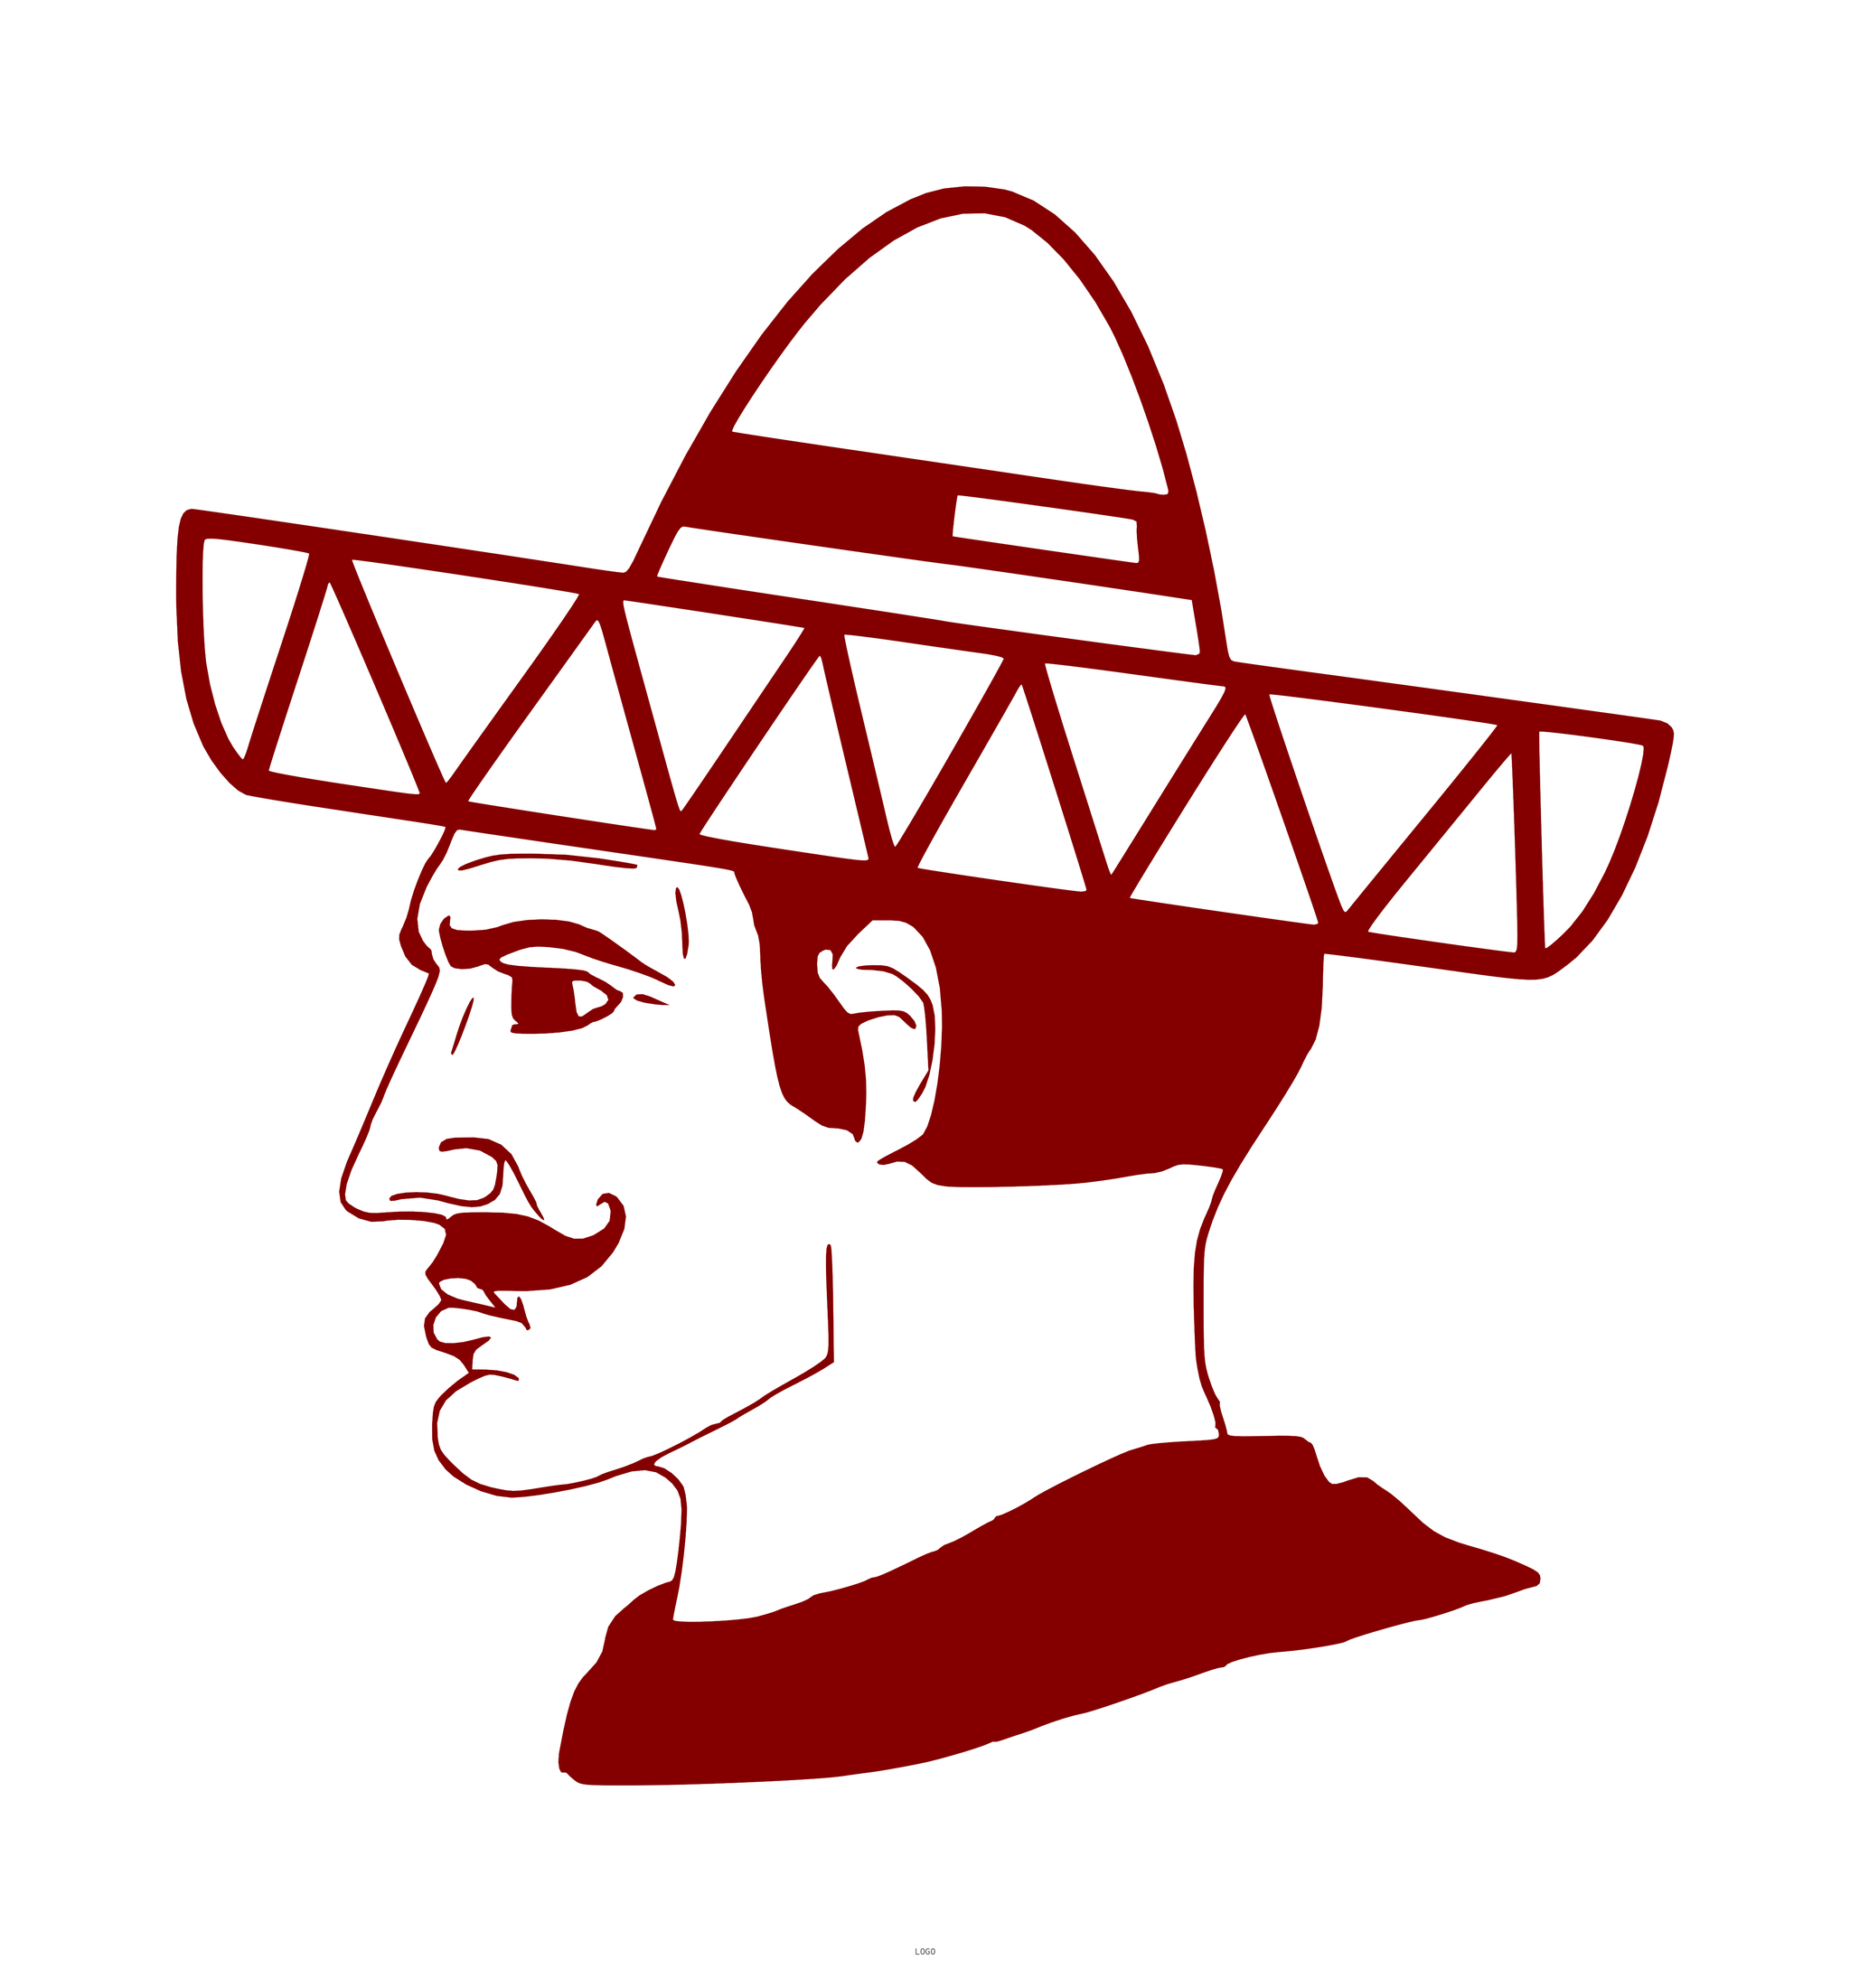
<source format=kicad_sym>
(kicad_symbol_lib
  (version 20210619)
  (generator bitmap2component)
  (symbol "LOGO"
    (pin_names
      (offset 1.016))
    (property "Reference" "#G"
      (at 0 127.08 0)
      (effects (font (size 1.27 1.27)) hide))
    (symbol "LOGO_0_0"
      (polyline (pts (xy -44.938 -119.463) (xy -42.324 -119.439) (xy -39.231 -119.38) (xy -35.912 -119.292) (xy -32.471 -119.179) (xy -29.014 -119.046) (xy -25.644 -118.896) (xy -22.467 -118.736) (xy -19.587 -118.57) (xy -17.108 -118.401) (xy -15.135 -118.236) (xy -13.773 -118.078) (xy -12.436 -117.884) (xy -10.893 -117.67) (xy -9.694 -117.515) (xy -9.54 -117.496) (xy -8.107 -117.285) (xy -6.269 -116.976) (xy -4.283 -116.617) (xy -2.406 -116.252) (xy -0.894 -115.93) (xy -0.68 -115.88) (xy 1.031 -115.449) (xy 2.899 -114.935) (xy 4.754 -114.389) (xy 6.425 -113.863) (xy 7.742 -113.408) (xy 8.535 -113.075) (xy 9.037 -112.853) (xy 9.301 -112.854) (xy 9.337 -112.884) (xy 9.805 -112.82) (xy 10.643 -112.56) (xy 10.766 -112.516) (xy 12.092 -112.059) (xy 13.415 -111.627) (xy 13.601 -111.568) (xy 14.845 -111.134) (xy 15.92 -110.711) (xy 16.323 -110.542) (xy 17.905 -109.951) (xy 19.678 -109.369) (xy 21.357 -108.885) (xy 22.659 -108.588) (xy 23.157 -108.471) (xy 24.341 -108.125) (xy 25.922 -107.618) (xy 27.741 -107.007) (xy 29.637 -106.347) (xy 31.449 -105.692) (xy 33.017 -105.099) (xy 34.18 -104.622) (xy 34.291 -104.574) (xy 35.445 -104.156) (xy 36.684 -103.802) (xy 37.721 -103.509) (xy 39.137 -103.05) (xy 40.603 -102.531) (xy 40.731 -102.484) (xy 42.028 -102.037) (xy 43.102 -101.72) (xy 43.733 -101.6) (xy 44.064 -101.558) (xy 44.361 -101.324) (xy 44.505 -101.146) (xy 45.212 -100.81) (xy 46.369 -100.431) (xy 47.823 -100.05) (xy 49.418 -99.706) (xy 50.998 -99.438) (xy 52.41 -99.284) (xy 52.87 -99.251) (xy 54.474 -99.093) (xy 56.254 -98.872) (xy 58.061 -98.611) (xy 59.747 -98.333) (xy 61.165 -98.062) (xy 62.167 -97.824) (xy 62.606 -97.64) (xy 62.612 -97.632) (xy 63.062 -97.415) (xy 64.049 -97.065) (xy 65.427 -96.624) (xy 67.048 -96.135) (xy 68.767 -95.64) (xy 70.436 -95.181) (xy 71.908 -94.8) (xy 73.037 -94.541) (xy 73.676 -94.445) (xy 73.796 -94.436) (xy 74.577 -94.267) (xy 75.765 -93.94) (xy 77.152 -93.517) (xy 78.53 -93.065) (xy 79.693 -92.648) (xy 80.432 -92.331) (xy 80.809 -92.176) (xy 81.82 -91.883) (xy 83.04 -91.621) (xy 84.073 -91.426) (xy 86.561 -90.831) (xy 88.542 -90.14) (xy 89.486 -89.789) (xy 90.331 -89.557) (xy 90.398 -89.545) (xy 91.376 -89.285) (xy 91.83 -88.88) (xy 91.941 -88.173) (xy 91.876 -87.704) (xy 91.559 -87.252) (xy 90.85 -86.787) (xy 89.609 -86.188) (xy 88.13 -85.538) (xy 86.697 -84.967) (xy 85.161 -84.426) (xy 83.325 -83.846) (xy 80.992 -83.158) (xy 79.566 -82.72) (xy 77.525 -81.936) (xy 75.805 -80.992) (xy 74.164 -79.745) (xy 72.359 -78.05) (xy 71.874 -77.576) (xy 70.604 -76.416) (xy 69.414 -75.429) (xy 68.508 -74.788) (xy 68.114 -74.546) (xy 67.217 -73.926) (xy 66.668 -73.445) (xy 66.649 -73.422) (xy 65.73 -72.876) (xy 64.407 -72.849) (xy 62.767 -73.345) (xy 62.154 -73.579) (xy 61.108 -73.846) (xy 60.404 -73.857) (xy 59.941 -73.549) (xy 59.243 -72.593) (xy 58.562 -71.139) (xy 57.965 -69.313) (xy 57.785 -68.727) (xy 57.447 -67.928) (xy 57.167 -67.614) (xy 56.856 -67.503) (xy 56.267 -67.05) (xy 56.09 -66.909) (xy 55.661 -66.735) (xy 54.96 -66.626) (xy 53.879 -66.573) (xy 52.304 -66.568) (xy 50.126 -66.603) (xy 48.433 -66.634) (xy 46.771 -66.643) (xy 45.649 -66.61) (xy 44.97 -66.527) (xy 44.633 -66.387) (xy 44.54 -66.183) (xy 44.483 -65.819) (xy 44.24 -64.894) (xy 43.873 -63.745) (xy 43.617 -62.937) (xy 43.412 -62.064) (xy 43.413 -61.645) (xy 43.43 -61.43) (xy 43.095 -60.931) (xy 43.066 -60.899) (xy 42.695 -60.258) (xy 42.232 -59.167) (xy 41.77 -57.844) (xy 41.586 -57.234) (xy 41.371 -56.406) (xy 41.212 -55.54) (xy 41.1 -54.523) (xy 41.028 -53.242) (xy 40.986 -51.584) (xy 40.967 -49.436) (xy 40.963 -46.686) (xy 40.963 -45.769) (xy 40.968 -43.262) (xy 40.988 -41.319) (xy 41.032 -39.825) (xy 41.11 -38.665) (xy 41.233 -37.724) (xy 41.41 -36.886) (xy 41.65 -36.036) (xy 41.965 -35.059) (xy 42.368 -33.894) (xy 43.128 -31.967) (xy 44.04 -29.995) (xy 45.161 -27.873) (xy 46.547 -25.497) (xy 48.254 -22.762) (xy 50.34 -19.563) (xy 50.82 -18.834) (xy 52.157 -16.763) (xy 53.386 -14.805) (xy 54.433 -13.077) (xy 55.226 -11.702) (xy 55.691 -10.799) (xy 56.129 -9.854) (xy 56.658 -8.834) (xy 57.043 -8.228) (xy 57.188 -8.044) (xy 57.922 -6.588) (xy 58.475 -4.493) (xy 58.836 -1.806) (xy 58.997 1.425) (xy 59.005 1.894) (xy 59.047 3.615) (xy 59.098 5.027) (xy 59.154 5.994) (xy 59.209 6.381) (xy 59.425 6.375) (xy 60.282 6.284) (xy 61.721 6.109) (xy 63.67 5.859) (xy 66.059 5.543) (xy 68.814 5.171) (xy 71.865 4.752) (xy 75.139 4.295) (xy 78.153 3.87) (xy 81.57 3.391) (xy 84.402 3.008) (xy 86.72 2.723) (xy 88.597 2.537) (xy 90.104 2.454) (xy 91.311 2.475) (xy 92.289 2.602) (xy 93.111 2.838) (xy 93.847 3.183) (xy 94.569 3.641) (xy 95.348 4.213) (xy 96.255 4.902) (xy 97.382 5.829) (xy 99.784 8.342) (xy 102.09 11.489) (xy 104.274 15.215) (xy 106.307 19.466) (xy 108.163 24.189) (xy 109.814 29.327) (xy 111.234 34.827) (xy 111.659 36.715) (xy 111.954 38.145) (xy 112.104 39.125) (xy 112.123 39.781) (xy 112.023 40.239) (xy 111.816 40.624) (xy 111.162 41.238) (xy 110.099 41.665) (xy 109.957 41.688) (xy 109.116 41.812) (xy 107.658 42.02) (xy 105.649 42.303) (xy 103.156 42.653) (xy 100.246 43.059) (xy 96.985 43.513) (xy 93.441 44.005) (xy 89.679 44.526) (xy 85.767 45.067) (xy 81.771 45.619) (xy 77.759 46.172) (xy 73.796 46.717) (xy 69.949 47.245) (xy 66.285 47.747) (xy 62.872 48.213) (xy 59.775 48.635) (xy 57.06 49.002) (xy 56.114 49.131) (xy 53.451 49.494) (xy 51.023 49.829) (xy 48.926 50.123) (xy 47.254 50.362) (xy 46.102 50.532) (xy 45.565 50.622) (xy 45.466 50.648) (xy 45.101 50.865) (xy 44.835 51.357) (xy 44.611 52.269) (xy 44.374 53.748) (xy 43.647 58.366) (xy 42.541 64.393) (xy 41.263 70.471) (xy 39.856 76.407) (xy 38.365 82.011) (xy 36.832 87.091) (xy 34.931 92.534) (xy 32.563 98.305) (xy 30.023 103.513) (xy 27.324 108.135) (xy 24.483 112.151) (xy 21.515 115.539) (xy 18.435 118.279) (xy 15.258 120.349) (xy 11.999 121.728) (xy 10.835 122.037) (xy 7.891 122.464) (xy 4.751 122.514) (xy 1.685 122.193) (xy -1.035 121.505) (xy -3.413 120.545) (xy -7.014 118.632) (xy -10.652 116.138) (xy -14.38 113.025) (xy -18.247 109.259) (xy -22.002 105.061) (xy -25.915 100.074) (xy -29.822 94.489) (xy -33.684 88.365) (xy -35.382 85.4) (xy -30.39 85.4) (xy -30.389 85.583) (xy -30.075 86.287) (xy -29.432 87.425) (xy -28.518 88.911) (xy -27.392 90.659) (xy -26.11 92.584) (xy -24.73 94.599) (xy -23.311 96.617) (xy -21.909 98.553) (xy -20.582 100.32) (xy -19.389 101.832) (xy -16.978 104.652) (xy -13.282 108.478) (xy -9.597 111.703) (xy -5.946 114.317) (xy -2.355 116.31) (xy 1.154 117.67) (xy 4.555 118.387) (xy 7.824 118.45) (xy 10.938 117.849) (xy 13.873 116.572) (xy 14.949 115.894) (xy 17.36 113.951) (xy 19.818 111.43) (xy 22.253 108.416) (xy 24.594 104.992) (xy 26.77 101.242) (xy 27.548 99.688) (xy 28.766 96.967) (xy 30.052 93.809) (xy 31.349 90.367) (xy 32.603 86.794) (xy 33.759 83.244) (xy 34.761 79.871) (xy 35.555 76.826) (xy 35.645 76.355) (xy 35.528 75.934) (xy 34.947 75.842) (xy 34.389 75.874) (xy 33.956 75.989) (xy 33.95 75.994) (xy 33.51 76.098) (xy 32.563 76.227) (xy 31.303 76.355) (xy 30.85 76.401) (xy 29.538 76.561) (xy 27.685 76.804) (xy 25.397 77.116) (xy 22.781 77.483) (xy 19.944 77.891) (xy 16.993 78.323) (xy 15.374 78.563) (xy 12.127 79.043) (xy 8.398 79.594) (xy 4.327 80.194) (xy 0.058 80.823) (xy -4.268 81.46) (xy -8.508 82.085) (xy -12.521 82.675) (xy -13.263 82.784) (xy -16.695 83.291) (xy -19.894 83.767) (xy -22.791 84.202) (xy -25.32 84.586) (xy -27.412 84.908) (xy -29 85.158) (xy -30.015 85.326) (xy -30.39 85.4) (xy -35.382 85.4) (xy -37.465 81.761) (xy -41.128 74.735) (xy -44.637 67.346) (xy -45.341 65.857) (xy -45.938 64.784) (xy -46.413 64.208) (xy -46.826 64.037) (xy -47.091 64.056) (xy -48.022 64.167) (xy -49.439 64.362) (xy -51.206 64.62) (xy -53.183 64.923) (xy -53.362 64.951) (xy -55.915 65.347) (xy -58.88 65.802) (xy -62.195 66.308) (xy -65.799 66.856) (xy -69.628 67.435) (xy -73.621 68.036) (xy -77.716 68.651) (xy -81.85 69.27) (xy -85.96 69.884) (xy -89.986 70.483) (xy -93.864 71.058) (xy -97.532 71.601) (xy -100.929 72.101) (xy -103.991 72.55) (xy -106.657 72.938) (xy -108.865 73.255) (xy -110.552 73.494) (xy -111.655 73.644) (xy -112.114 73.696) (xy -112.349 73.684) (xy -112.957 73.494) (xy -113.447 73.024) (xy -113.828 72.212) (xy -114.113 70.995) (xy -114.314 69.312) (xy -114.442 67.1) (xy -114.508 64.298) (xy -114.512 63.56) (xy -110.546 63.56) (xy -110.521 65.573) (xy -110.459 67.23) (xy -110.36 68.412) (xy -110.222 68.999) (xy -110.131 69.092) (xy -109.805 69.199) (xy -109.199 69.222) (xy -108.227 69.155) (xy -106.804 68.99) (xy -104.846 68.72) (xy -102.267 68.339) (xy -101.386 68.205) (xy -99.209 67.862) (xy -97.314 67.546) (xy -95.81 67.277) (xy -94.801 67.073) (xy -94.395 66.954) (xy -94.389 66.909) (xy -94.51 66.345) (xy -94.601 66.016) (xy -87.934 66.016) (xy -87.627 66.006) (xy -86.688 65.9) (xy -85.201 65.706) (xy -83.249 65.436) (xy -80.915 65.103) (xy -78.284 64.72) (xy -75.438 64.3) (xy -72.461 63.854) (xy -69.896 63.466) (xy -41.763 63.466) (xy -41.665 63.801) (xy -41.314 64.653) (xy -40.764 65.893) (xy -40.073 67.388) (xy -39.833 67.897) (xy -39.117 69.368) (xy -38.596 70.314) (xy -38.197 70.838) (xy -37.847 71.04) (xy -37.473 71.024) (xy -37.382 71.006) (xy -36.648 70.886) (xy -35.31 70.682) (xy -33.45 70.405) (xy -31.148 70.066) (xy -28.485 69.677) (xy -27.647 69.556) (xy 2.977 69.556) (xy 2.983 69.963) (xy 3.064 70.861) (xy 3.195 72.051) (xy 3.353 73.335) (xy 3.513 74.515) (xy 3.651 75.392) (xy 3.742 75.769) (xy 3.8 75.772) (xy 4.404 75.714) (xy 5.586 75.573) (xy 7.251 75.36) (xy 9.304 75.088) (xy 11.649 74.772) (xy 14.193 74.424) (xy 16.839 74.058) (xy 19.494 73.686) (xy 22.061 73.322) (xy 24.447 72.979) (xy 26.555 72.67) (xy 28.292 72.409) (xy 29.562 72.208) (xy 30.27 72.081) (xy 30.818 71.787) (xy 30.87 71.1) (xy 30.835 70.415) (xy 30.893 69.237) (xy 31.037 67.875) (xy 31.18 66.688) (xy 31.208 65.916) (xy 31.084 65.57) (xy 30.794 65.503) (xy 30.774 65.505) (xy 30.246 65.574) (xy 29.126 65.73) (xy 27.508 65.959) (xy 25.484 66.249) (xy 23.147 66.585) (xy 20.589 66.955) (xy 17.904 67.344) (xy 15.185 67.74) (xy 12.524 68.128) (xy 10.014 68.496) (xy 7.748 68.829) (xy 5.819 69.115) (xy 4.319 69.339) (xy 3.343 69.488) (xy 2.981 69.549) (xy 2.977 69.556) (xy -27.647 69.556) (xy -25.541 69.25) (xy -22.396 68.796) (xy -19.132 68.326) (xy -15.829 67.853) (xy -12.568 67.388) (xy -9.429 66.942) (xy -6.492 66.526) (xy -3.84 66.154) (xy -1.551 65.835) (xy 0.293 65.582) (xy 1.612 65.406) (xy 2.325 65.318) (xy 2.95 65.241) (xy 4.234 65.067) (xy 6.06 64.81) (xy 8.343 64.485) (xy 10.997 64.103) (xy 13.935 63.677) (xy 17.072 63.219) (xy 20.321 62.743) (xy 23.597 62.26) (xy 26.812 61.783) (xy 29.881 61.325) (xy 32.719 60.899) (xy 35.238 60.516) (xy 39.173 59.915) (xy 39.776 56.341) (xy 39.943 55.336) (xy 40.173 53.874) (xy 40.335 52.748) (xy 40.403 52.142) (xy 40.325 51.792) (xy 39.799 51.557) (xy 39.74 51.562) (xy 39.01 51.643) (xy 37.684 51.806) (xy 35.844 52.042) (xy 33.572 52.339) (xy 30.949 52.686) (xy 28.057 53.071) (xy 24.977 53.484) (xy 21.791 53.914) (xy 18.579 54.35) (xy 15.425 54.78) (xy 12.409 55.194) (xy 9.614 55.58) (xy 7.119 55.928) (xy 5.008 56.226) (xy 3.362 56.463) (xy 2.261 56.629) (xy 1.789 56.712) (xy 1.786 56.712) (xy 1.329 56.794) (xy 0.229 56.973) (xy -1.452 57.239) (xy -3.65 57.581) (xy -6.303 57.992) (xy -9.347 58.459) (xy -12.72 58.975) (xy -16.36 59.53) (xy -20.202 60.112) (xy -20.372 60.138) (xy -24.191 60.718) (xy -27.793 61.267) (xy -31.115 61.777) (xy -34.097 62.237) (xy -36.678 62.639) (xy -38.796 62.972) (xy -40.391 63.227) (xy -41.4 63.395) (xy -41.763 63.466) (xy -69.896 63.466) (xy -69.437 63.397) (xy -66.448 62.939) (xy -63.579 62.495) (xy -60.913 62.076) (xy -58.534 61.695) (xy -56.524 61.365) (xy -54.968 61.099) (xy -53.949 60.91) (xy -53.55 60.808) (xy -53.58 60.689) (xy -53.938 60.057) (xy -54.282 59.521) (xy -46.885 59.521) (xy -46.87 59.769) (xy -46.793 59.868) (xy -46.667 59.876) (xy -46.507 59.85) (xy -46.388 59.834) (xy -45.314 59.681) (xy -43.737 59.449) (xy -41.749 59.151) (xy -39.444 58.804) (xy -36.915 58.42) (xy -34.255 58.014) (xy -31.557 57.6) (xy -28.915 57.193) (xy -26.421 56.807) (xy -24.169 56.457) (xy -22.252 56.156) (xy -20.763 55.918) (xy -19.795 55.759) (xy -19.441 55.693) (xy -19.507 55.539) (xy -19.9 54.882) (xy -20.036 54.669) (xy -13.422 54.669) (xy -13.162 54.676) (xy -12.277 54.598) (xy -10.86 54.433) (xy -9.007 54.195) (xy -6.817 53.895) (xy -4.386 53.545) (xy -2.854 53.321) (xy -0.217 52.937) (xy 2.292 52.574) (xy 4.529 52.254) (xy 6.347 51.997) (xy 7.602 51.825) (xy 8.254 51.73) (xy 9.524 51.495) (xy 10.403 51.26) (xy 10.732 51.063) (xy 10.617 50.805) (xy 10.368 50.331) (xy 16.942 50.331) (xy 16.947 50.334) (xy 17.379 50.319) (xy 18.435 50.215) (xy 20.035 50.03) (xy 22.099 49.775) (xy 24.55 49.459) (xy 27.307 49.093) (xy 30.292 48.685) (xy 30.471 48.66) (xy 33.459 48.249) (xy 36.227 47.871) (xy 38.694 47.537) (xy 40.777 47.258) (xy 42.395 47.046) (xy 43.468 46.911) (xy 43.913 46.864) (xy 43.927 46.864) (xy 44.218 46.792) (xy 44.293 46.528) (xy 44.117 45.991) (xy 43.936 45.645) (xy 50.892 45.645) (xy 51.222 45.638) (xy 52.183 45.542) (xy 53.692 45.369) (xy 55.663 45.127) (xy 58.015 44.829) (xy 60.663 44.487) (xy 63.523 44.11) (xy 66.512 43.711) (xy 69.546 43.301) (xy 72.543 42.892) (xy 75.418 42.493) (xy 78.087 42.118) (xy 80.467 41.777) (xy 82.474 41.481) (xy 84.026 41.242) (xy 85.037 41.07) (xy 85.425 40.978) (xy 85.424 40.965) (xy 85.162 40.578) (xy 84.495 39.701) (xy 84.444 39.636) (xy 91.744 39.636) (xy 91.755 40.001) (xy 91.787 40.014) (xy 92.326 40.008) (xy 93.419 39.913) (xy 94.94 39.746) (xy 96.765 39.524) (xy 98.767 39.264) (xy 100.821 38.984) (xy 102.802 38.699) (xy 104.585 38.428) (xy 106.043 38.187) (xy 107.051 37.993) (xy 107.484 37.864) (xy 107.578 37.521) (xy 107.501 36.563) (xy 107.228 35.12) (xy 106.79 33.295) (xy 106.217 31.192) (xy 105.538 28.916) (xy 104.785 26.571) (xy 103.987 24.261) (xy 103.174 22.089) (xy 102.375 20.161) (xy 101.709 18.711) (xy 100.037 15.533) (xy 98.274 12.757) (xy 96.514 10.537) (xy 96.313 10.32) (xy 95.345 9.337) (xy 94.366 8.426) (xy 93.505 7.696) (xy 92.891 7.258) (xy 92.65 7.22) (xy 92.624 7.721) (xy 92.568 9.044) (xy 92.502 10.859) (xy 92.427 13.08) (xy 92.347 15.621) (xy 92.264 18.395) (xy 92.179 21.316) (xy 92.096 24.298) (xy 92.016 27.255) (xy 91.942 30.101) (xy 91.876 32.748) (xy 91.821 35.112) (xy 91.779 37.105) (xy 91.753 38.642) (xy 91.744 39.636) (xy 84.444 39.636) (xy 83.465 38.387) (xy 82.115 36.691) (xy 80.487 34.665) (xy 78.624 32.362) (xy 76.568 29.836) (xy 74.363 27.141) (xy 74.054 26.765) (xy 71.844 24.068) (xy 69.77 21.537) (xy 67.878 19.226) (xy 66.213 17.19) (xy 64.82 15.485) (xy 63.746 14.167) (xy 63.035 13.291) (xy 62.732 12.913) (xy 62.46 12.66) (xy 62.179 12.838) (xy 61.815 13.606) (xy 61.519 14.368) (xy 61.014 15.744) (xy 60.361 17.569) (xy 59.588 19.763) (xy 58.722 22.246) (xy 57.79 24.938) (xy 56.82 27.758) (xy 55.839 30.626) (xy 54.875 33.461) (xy 53.955 36.184) (xy 53.106 38.713) (xy 52.356 40.968) (xy 51.732 42.869) (xy 51.262 44.336) (xy 50.973 45.288) (xy 50.892 45.645) (xy 43.936 45.645) (xy 43.653 45.101) (xy 42.865 43.776) (xy 41.718 41.936) (xy 41.552 41.672) (xy 40.602 40.157) (xy 39.367 38.181) (xy 37.923 35.865) (xy 36.345 33.33) (xy 34.708 30.695) (xy 33.087 28.083) (xy 32.286 26.791) (xy 30.881 24.529) (xy 29.624 22.508) (xy 28.561 20.8) (xy 27.737 19.481) (xy 27.198 18.623) (xy 26.99 18.3) (xy 26.989 18.299) (xy 26.837 18.551) (xy 26.545 19.322) (xy 26.176 20.446) (xy 26.133 20.586) (xy 25.822 21.576) (xy 25.329 23.139) (xy 24.683 25.186) (xy 23.91 27.628) (xy 23.04 30.376) (xy 22.1 33.341) (xy 21.118 36.436) (xy 20.768 37.543) (xy 19.851 40.463) (xy 19.021 43.141) (xy 18.299 45.503) (xy 17.709 47.476) (xy 17.271 48.987) (xy 17.008 49.963) (xy 16.942 50.331) (xy 10.368 50.331) (xy 10.18 49.975) (xy 9.45 48.642) (xy 8.462 46.867) (xy 7.252 44.715) (xy 5.856 42.248) (xy 4.31 39.532) (xy 2.649 36.629) (xy 1.273 34.238) (xy -0.311 31.505) (xy -1.761 29.023) (xy -3.041 26.853) (xy -4.114 25.058) (xy -4.943 23.699) (xy -5.492 22.839) (xy -5.723 22.538) (xy -5.727 22.538) (xy -5.917 22.883) (xy -6.217 23.789) (xy -6.585 25.12) (xy -6.981 26.741) (xy -7.12 27.341) (xy -7.517 29.032) (xy -8.037 31.235) (xy -8.652 33.828) (xy -9.333 36.688) (xy -10.051 39.692) (xy -10.776 42.718) (xy -11.28 44.832) (xy -11.895 47.462) (xy -12.432 49.804) (xy -12.871 51.777) (xy -13.194 53.3) (xy -13.384 54.291) (xy -13.422 54.669) (xy -20.036 54.669) (xy -20.587 53.803) (xy -21.505 52.403) (xy -22.589 50.783) (xy -23.575 49.32) (xy -24.95 47.281) (xy -26.546 44.912) (xy -28.272 42.352) (xy -30.034 39.737) (xy -31.74 37.206) (xy -32.18 36.553) (xy -33.658 34.366) (xy -34.999 32.389) (xy -36.151 30.698) (xy -37.063 29.37) (xy -37.68 28.483) (xy -37.95 28.113) (xy -37.997 28.057) (xy -38.075 27.962) (xy -38.152 27.932) (xy -38.246 28.021) (xy -38.373 28.289) (xy -38.552 28.791) (xy -38.8 29.584) (xy -39.134 30.725) (xy -39.572 32.271) (xy -40.132 34.279) (xy -40.829 36.807) (xy -41.683 39.91) (xy -42.711 43.645) (xy -43.161 45.281) (xy -44.126 48.789) (xy -44.922 51.689) (xy -45.561 54.037) (xy -46.057 55.892) (xy -46.425 57.31) (xy -46.676 58.349) (xy -46.825 59.067) (xy -46.885 59.521) (xy -54.282 59.521) (xy -54.652 58.943) (xy -55.681 57.406) (xy -56.983 55.508) (xy -58.517 53.309) (xy -60.24 50.872) (xy -62.111 48.256) (xy -62.964 47.07) (xy -64.872 44.415) (xy -66.671 41.906) (xy -68.311 39.616) (xy -69.74 37.617) (xy -70.905 35.981) (xy -71.756 34.781) (xy -72.24 34.089) (xy -72.867 33.203) (xy -73.417 32.49) (xy -73.696 32.212) (xy -73.747 32.285) (xy -74.04 32.889) (xy -74.559 34.043) (xy -75.274 35.671) (xy -76.151 37.698) (xy -77.16 40.048) (xy -78.268 42.646) (xy -79.444 45.417) (xy -80.656 48.285) (xy -81.871 51.174) (xy -83.06 54.01) (xy -84.189 56.716) (xy -85.226 59.218) (xy -86.141 61.44) (xy -86.901 63.306) (xy -87.474 64.741) (xy -87.829 65.669) (xy -87.934 66.016) (xy -94.601 66.016) (xy -94.828 65.198) (xy -95.321 63.541) (xy -95.967 61.45) (xy -96.743 58.997) (xy -97.626 56.257) (xy -98.593 53.304) (xy -98.773 52.757) (xy -99.769 49.73) (xy -100.711 46.855) (xy -101.57 44.219) (xy -102.318 41.911) (xy -102.926 40.019) (xy -103.366 38.629) (xy -103.609 37.832) (xy -103.9 36.906) (xy -104.219 36.089) (xy -104.433 35.775) (xy -104.706 36.017) (xy -105.252 36.713) (xy -105.938 37.704) (xy -106.632 38.902) (xy -107.686 41.283) (xy -108.632 44.101) (xy -109.416 47.185) (xy -109.983 50.365) (xy -110.029 50.718) (xy -110.188 52.352) (xy -110.319 54.347) (xy -110.422 56.586) (xy -110.496 58.947) (xy -110.538 61.312) (xy -110.546 63.56) (xy -114.512 63.56) (xy -114.525 60.843) (xy -114.507 58.907) (xy -114.278 53.701) (xy -113.774 49.07) (xy -112.982 44.942) (xy -111.892 41.249) (xy -110.49 37.921) (xy -110.314 37.574) (xy -109.162 35.616) (xy -108.056 34.093) (xy -100.527 34.093) (xy -100.513 34.16) (xy -100.333 34.782) (xy -99.961 35.984) (xy -99.421 37.691) (xy -98.737 39.83) (xy -97.932 42.326) (xy -97.03 45.106) (xy -96.055 48.096) (xy -95.711 49.148) (xy -94.758 52.079) (xy -93.887 54.778) (xy -93.121 57.171) (xy -92.484 59.184) (xy -91.999 60.74) (xy -91.691 61.766) (xy -91.583 62.187) (xy -91.568 62.324) (xy -91.307 62.606) (xy -91.159 62.34) (xy -90.763 61.487) (xy -90.151 60.123) (xy -89.359 58.325) (xy -88.419 56.17) (xy -87.364 53.736) (xy -86.228 51.1) (xy -85.043 48.339) (xy -83.842 45.53) (xy -82.659 42.751) (xy -81.528 40.08) (xy -80.479 37.592) (xy -79.548 35.367) (xy -78.767 33.48) (xy -78.169 32.011) (xy -77.788 31.035) (xy -77.716 30.863) (xy -77.662 30.7) (xy -77.705 30.584) (xy -77.914 30.522) (xy -78.356 30.521) (xy -79.1 30.586) (xy -80.212 30.725) (xy -81.76 30.942) (xy -83.814 31.245) (xy -86.439 31.64) (xy -89.705 32.133) (xy -90.866 32.31) (xy -93.461 32.72) (xy -95.776 33.105) (xy -97.726 33.451) (xy -99.225 33.741) (xy -100.187 33.96) (xy -100.527 34.093) (xy -108.056 34.093) (xy -107.838 33.793) (xy -106.457 32.235) (xy -105.131 31.074) (xy -103.974 30.438) (xy -103.843 30.403) (xy -103.004 30.23) (xy -101.589 29.974) (xy -99.694 29.651) (xy -98.486 29.454) (xy -70.356 29.454) (xy -70.232 29.698) (xy -69.731 30.472) (xy -68.886 31.715) (xy -67.739 33.372) (xy -66.329 35.383) (xy -64.697 37.69) (xy -62.884 40.236) (xy -60.93 42.961) (xy -59.249 45.299) (xy -57.385 47.892) (xy -55.682 50.262) (xy -54.184 52.348) (xy -52.933 54.092) (xy -51.971 55.433) (xy -51.342 56.312) (xy -51.088 56.67) (xy -50.864 56.885) (xy -50.639 56.76) (xy -50.374 56.203) (xy -50.029 55.126) (xy -49.561 53.44) (xy -49.392 52.814) (xy -48.96 51.23) (xy -48.399 49.179) (xy -47.747 46.808) (xy -47.045 44.259) (xy -46.333 41.677) (xy -46.15 41.018) (xy -45.057 37.06) (xy -44.144 33.747) (xy -43.401 31.04) (xy -42.817 28.898) (xy -42.381 27.284) (xy -42.082 26.158) (xy -41.911 25.481) (xy -41.856 25.215) (xy -41.857 25.208) (xy -42.125 25.077) (xy -42.345 25.107) (xy -43.614 25.285) (xy -45.361 25.539) (xy -47.493 25.857) (xy -49.92 26.223) (xy -52.55 26.624) (xy -55.293 27.045) (xy -58.058 27.473) (xy -60.753 27.892) (xy -63.287 28.29) (xy -65.569 28.651) (xy -67.508 28.963) (xy -69.013 29.209) (xy -69.993 29.378) (xy -70.356 29.454) (xy -98.486 29.454) (xy -97.418 29.279) (xy -94.861 28.873) (xy -92.12 28.451) (xy -91.697 28.386) (xy -88.785 27.944) (xy -85.926 27.509) (xy -83.25 27.103) (xy -80.888 26.744) (xy -78.971 26.453) (xy -77.631 26.249) (xy -76.414 26.06) (xy -75.075 25.838) (xy -74.14 25.668) (xy -73.762 25.576) (xy -73.749 25.538) (xy -73.892 25.058) (xy -74.287 24.201) (xy -74.829 23.157) (xy -75.419 22.114) (xy -75.956 21.26) (xy -76.336 20.785) (xy -76.372 20.752) (xy -76.804 20.106) (xy -77.352 18.979) (xy -77.944 17.56) (xy -78.505 16.034) (xy -78.961 14.59) (xy -79.24 13.415) (xy -79.299 13.119) (xy -79.696 11.783) (xy -80.235 10.501) (xy -80.418 10.134) (xy -80.756 9.263) (xy -80.77 8.512) (xy -80.491 7.507) (xy -79.844 5.974) (xy -78.866 4.715) (xy -77.554 3.922) (xy -77.409 3.864) (xy -76.646 3.552) (xy -76.285 3.392) (xy -76.275 3.362) (xy -76.421 2.859) (xy -76.878 1.741) (xy -77.647 0.001) (xy -78.732 -2.366) (xy -80.134 -5.366) (xy -80.268 -5.652) (xy -81.375 -8.068) (xy -82.589 -10.793) (xy -83.772 -13.515) (xy -84.784 -15.92) (xy -85.092 -16.668) (xy -86.002 -18.848) (xy -86.916 -21.013) (xy -87.744 -22.946) (xy -88.393 -24.431) (xy -88.689 -25.118) (xy -89.542 -27.596) (xy -89.856 -29.623) (xy -89.8 -30.013) (xy -88.979 -30.013) (xy -88.717 -28.433) (xy -88.014 -26.377) (xy -86.881 -23.886) (xy -86.322 -22.734) (xy -85.712 -21.381) (xy -85.295 -20.34) (xy -85.139 -19.772) (xy -85.098 -19.513) (xy -84.788 -18.656) (xy -84.273 -17.633) (xy -84.027 -17.187) (xy -83.487 -16.114) (xy -83.153 -15.307) (xy -83.056 -15.027) (xy -82.761 -14.291) (xy -82.292 -13.221) (xy -81.62 -11.756) (xy -80.718 -9.833) (xy -79.555 -7.393) (xy -78.105 -4.372) (xy -77.507 -3.119) (xy -76.628 -1.238) (xy -75.866 0.439) (xy -75.287 1.766) (xy -74.956 2.596) (xy -74.823 2.992) (xy -74.625 3.796) (xy -74.723 4.318) (xy -75.141 4.844) (xy -75.604 5.534) (xy -75.842 6.373) (xy -75.899 6.852) (xy -76.111 7.157) (xy -76.184 7.184) (xy -76.614 7.593) (xy -77.184 8.342) (xy -77.825 9.71) (xy -78.043 11.672) (xy -77.65 13.927) (xy -76.647 16.439) (xy -76.48 16.771) (xy -75.757 18.113) (xy -75.085 19.239) (xy -74.59 19.932) (xy -74.155 20.581) (xy -73.584 21.715) (xy -73.051 23.026) (xy -72.897 23.446) (xy -72.424 24.549) (xy -72.022 25.094) (xy -71.62 25.188) (xy -71.408 25.152) (xy -70.535 25.016) (xy -69.063 24.793) (xy -67.056 24.493) (xy -67.039 24.49) (xy -35.34 24.49) (xy -35.313 24.549) (xy -34.981 25.099) (xy -34.315 26.137) (xy -33.363 27.591) (xy -32.173 29.39) (xy -30.795 31.46) (xy -29.277 33.73) (xy -27.668 36.128) (xy -26.017 38.58) (xy -24.372 41.015) (xy -22.782 43.36) (xy -21.296 45.543) (xy -19.962 47.492) (xy -18.83 49.135) (xy -17.948 50.398) (xy -17.365 51.211) (xy -17.129 51.5) (xy -17.11 51.497) (xy -16.9 51.137) (xy -16.7 50.353) (xy -16.688 50.288) (xy -16.53 49.562) (xy -16.229 48.24) (xy -15.804 46.405) (xy -15.274 44.139) (xy -14.659 41.527) (xy -13.979 38.651) (xy -13.252 35.596) (xy -13.094 34.932) (xy -12.378 31.929) (xy -11.713 29.139) (xy -11.119 26.642) (xy -10.614 24.518) (xy -10.218 22.849) (xy -9.95 21.715) (xy -9.828 21.196) (xy -9.802 21.09) (xy -9.746 20.861) (xy -9.755 20.683) (xy -9.892 20.563) (xy -10.223 20.505) (xy -10.812 20.515) (xy -11.722 20.599) (xy -13.019 20.76) (xy -14.766 21.005) (xy -17.029 21.339) (xy -19.87 21.766) (xy -23.355 22.293) (xy -24.404 22.452) (xy -27.579 22.949) (xy -30.274 23.394) (xy -32.443 23.779) (xy -34.041 24.096) (xy -35.022 24.335) (xy -35.34 24.49) (xy -67.039 24.49) (xy -64.582 24.125) (xy -61.707 23.7) (xy -58.497 23.226) (xy -55.018 22.715) (xy -51.337 22.176) (xy -48.127 21.707) (xy -44.189 21.13) (xy -40.868 20.643) (xy -38.113 20.235) (xy -35.87 19.899) (xy -34.087 19.625) (xy -32.711 19.406) (xy -32.59 19.385) (xy -2.333 19.385) (xy -2.32 19.458) (xy -2.05 20.041) (xy -1.473 21.148) (xy -0.623 22.715) (xy 0.462 24.673) (xy 1.745 26.958) (xy 3.191 29.503) (xy 4.762 32.242) (xy 5.329 33.226) (xy 6.908 35.97) (xy 8.38 38.534) (xy 9.703 40.845) (xy 10.836 42.83) (xy 11.737 44.415) (xy 12.363 45.527) (xy 12.673 46.093) (xy 12.792 46.316) (xy 13.195 46.961) (xy 13.427 47.152) (xy 13.449 47.104) (xy 13.649 46.535) (xy 14.027 45.394) (xy 14.556 43.764) (xy 15.211 41.73) (xy 15.965 39.373) (xy 16.791 36.778) (xy 17.663 34.027) (xy 18.556 31.204) (xy 19.442 28.393) (xy 20.295 25.677) (xy 21.089 23.139) (xy 21.798 20.862) (xy 22.395 18.93) (xy 22.855 17.427) (xy 23.149 16.435) (xy 23.253 16.039) (xy 23.076 15.86) (xy 22.449 15.775) (xy 21.89 15.827) (xy 20.719 15.969) (xy 19.07 16.185) (xy 17.042 16.462) (xy 14.734 16.785) (xy 12.244 17.14) (xy 9.672 17.512) (xy 7.117 17.886) (xy 4.677 18.249) (xy 2.451 18.586) (xy 0.538 18.883) (xy -0.963 19.124) (xy -1.953 19.297) (xy -2.333 19.385) (xy -32.59 19.385) (xy -31.689 19.231) (xy -30.969 19.093) (xy -30.498 18.983) (xy -30.223 18.891) (xy -30.092 18.809) (xy -30.052 18.729) (xy -30.051 18.641) (xy -30.033 18.535) (xy -29.782 17.85) (xy -29.291 16.75) (xy -28.636 15.396) (xy -28.342 14.827) (xy 29.772 14.827) (xy 29.892 15.076) (xy 30.353 15.877) (xy 31.124 17.172) (xy 32.169 18.898) (xy 33.45 20.997) (xy 34.932 23.406) (xy 36.576 26.067) (xy 38.347 28.917) (xy 39.924 31.441) (xy 41.602 34.103) (xy 43.135 36.51) (xy 44.482 38.601) (xy 45.607 40.318) (xy 46.471 41.603) (xy 47.035 42.396) (xy 47.263 42.639) (xy 47.307 42.55) (xy 47.563 41.895) (xy 48.01 40.683) (xy 48.62 38.995) (xy 49.365 36.914) (xy 50.215 34.52) (xy 51.141 31.896) (xy 52.116 29.125) (xy 53.11 26.288) (xy 54.095 23.467) (xy 55.042 20.745) (xy 55.921 18.203) (xy 56.706 15.924) (xy 57.366 13.989) (xy 57.873 12.482) (xy 58.198 11.482) (xy 58.313 11.074) (xy 58.216 10.898) (xy 57.687 10.775) (xy 57.148 10.835) (xy 56.009 10.984) (xy 54.374 11.208) (xy 52.334 11.493) (xy 49.985 11.826) (xy 47.416 12.194) (xy 44.723 12.582) (xy 41.996 12.978) (xy 39.329 13.367) (xy 36.815 13.738) (xy 34.545 14.075) (xy 32.614 14.366) (xy 31.113 14.598) (xy 30.134 14.755) (xy 29.772 14.827) (xy -28.342 14.827) (xy -27.89 13.952) (xy -27.821 13.816) (xy -27.387 12.672) (xy -27.193 11.627) (xy -27.05 10.712) (xy -26.652 9.659) (xy -26.443 9.116) (xy -26.217 7.833) (xy -26.128 6.185) (xy -26.113 5.563) (xy -26.004 3.817) (xy -25.812 1.831) (xy -25.567 -0.075) (xy -25.301 -1.861) (xy -24.776 -5.301) (xy -24.322 -8.129) (xy -23.921 -10.413) (xy -23.554 -12.218) (xy -23.203 -13.612) (xy -22.851 -14.662) (xy -22.48 -15.434) (xy -22.07 -15.996) (xy -21.605 -16.413) (xy -21.066 -16.754) (xy -20.459 -17.123) (xy -19.352 -17.862) (xy -18.191 -18.692) (xy -17.889 -18.913) (xy -16.78 -19.612) (xy -15.812 -19.948) (xy -14.687 -20.034) (xy -14.357 -20.043) (xy -13.025 -20.318) (xy -12.132 -20.916) (xy -11.806 -21.761) (xy -11.786 -21.9) (xy -11.46 -22.18) (xy -11.235 -22.125) (xy -10.834 -21.622) (xy -10.526 -20.557) (xy -10.3 -18.878) (xy -10.144 -16.535) (xy -10.09 -14.714) (xy -10.139 -12.595) (xy -10.342 -10.482) (xy -10.72 -8.145) (xy -11.3 -5.357) (xy -11.329 -5.214) (xy -11.311 -4.666) (xy -10.914 -4.25) (xy -9.988 -3.787) (xy -9.706 -3.67) (xy -8.289 -3.217) (xy -6.928 -2.945) (xy -6.821 -2.933) (xy -5.806 -2.904) (xy -5.097 -3.179) (xy -4.336 -3.89) (xy -4.071 -4.16) (xy -3.367 -4.767) (xy -2.897 -5.008) (xy -2.634 -4.933) (xy -2.516 -4.486) (xy -2.813 -3.785) (xy -3.475 -3.001) (xy -3.928 -2.614) (xy -4.432 -2.341) (xy -5.104 -2.212) (xy -6.125 -2.194) (xy -7.679 -2.255) (xy -8.277 -2.287) (xy -9.806 -2.399) (xy -11.076 -2.534) (xy -11.858 -2.67) (xy -11.938 -2.691) (xy -12.456 -2.746) (xy -12.913 -2.531) (xy -13.457 -1.933) (xy -14.233 -0.84) (xy -15.031 0.268) (xy -15.907 1.37) (xy -16.595 2.119) (xy -17.115 2.7) (xy -17.444 3.514) (xy -17.53 4.721) (xy -17.527 5.034) (xy -17.447 5.988) (xy -17.175 6.522) (xy -16.61 6.874) (xy -16.242 7.009) (xy -15.512 6.95) (xy -15.162 6.304) (xy -15.213 5.098) (xy -15.268 4.712) (xy -15.242 4.066) (xy -14.999 4.025) (xy -14.605 4.558) (xy -14.123 5.635) (xy -14.026 5.873) (xy -13.002 7.553) (xy -11.311 9.391) (xy -9.142 11.448) (xy -6.8 11.448) (xy -6.375 11.445) (xy -5.046 11.351) (xy -4.06 11.073) (xy -3.123 10.54) (xy -2.926 10.399) (xy -2.272 9.71) (xy 65.852 9.71) (xy 65.918 9.962) (xy 66.389 10.706) (xy 67.235 11.88) (xy 68.41 13.421) (xy 69.867 15.268) (xy 71.561 17.36) (xy 72.501 18.508) (xy 74.585 21.054) (xy 76.775 23.731) (xy 78.93 26.368) (xy 80.911 28.793) (xy 82.578 30.836) (xy 83.157 31.544) (xy 84.535 33.219) (xy 85.729 34.653) (xy 86.672 35.766) (xy 87.298 36.48) (xy 87.54 36.718) (xy 87.55 36.661) (xy 87.591 36.055) (xy 87.649 34.861) (xy 87.72 33.173) (xy 87.802 31.084) (xy 87.891 28.686) (xy 87.983 26.073) (xy 88.076 23.337) (xy 88.166 20.574) (xy 88.25 17.874) (xy 88.325 15.332) (xy 88.387 13.041) (xy 88.434 11.094) (xy 88.435 11.066) (xy 88.463 9.178) (xy 88.444 7.894) (xy 88.367 7.104) (xy 88.223 6.699) (xy 88 6.571) (xy 87.981 6.57) (xy 87.443 6.617) (xy 86.317 6.752) (xy 84.71 6.961) (xy 82.729 7.227) (xy 80.483 7.536) (xy 78.079 7.872) (xy 75.624 8.22) (xy 73.226 8.565) (xy 70.992 8.892) (xy 69.031 9.185) (xy 67.448 9.429) (xy 66.353 9.609) (xy 65.852 9.71) (xy -2.272 9.71) (xy -1.559 8.959) (xy -0.427 6.904) (xy 0.45 4.298) (xy 1.049 1.201) (xy 1.35 -2.325) (xy 1.377 -4.797) (xy 1.267 -7.657) (xy 1.028 -10.534) (xy 0.677 -13.304) (xy 0.234 -15.847) (xy -0.282 -18.04) (xy -0.855 -19.762) (xy -1.465 -20.89) (xy -1.682 -21.11) (xy -2.536 -21.742) (xy -3.766 -22.495) (xy -5.184 -23.252) (xy -5.945 -23.635) (xy -7.159 -24.275) (xy -8.03 -24.772) (xy -8.408 -25.044) (xy -8.45 -25.245) (xy -8.11 -25.502) (xy -7.414 -25.565) (xy -6.592 -25.39) (xy -5.455 -25.064) (xy -4.28 -25.099) (xy -3.15 -25.658) (xy -1.879 -26.798) (xy -0.961 -27.7) (xy -0.152 -28.294) (xy 0.713 -28.616) (xy 1.905 -28.81) (xy 2.635 -28.87) (xy 4.215 -28.924) (xy 6.283 -28.938) (xy 8.702 -28.919) (xy 11.339 -28.867) (xy 14.058 -28.789) (xy 16.725 -28.685) (xy 19.204 -28.561) (xy 21.362 -28.42) (xy 23.062 -28.265) (xy 23.709 -28.189) (xy 25.711 -27.924) (xy 27.699 -27.627) (xy 29.323 -27.347) (xy 29.416 -27.329) (xy 30.905 -27.078) (xy 32.259 -26.899) (xy 33.195 -26.831) (xy 33.499 -26.811) (xy 34.667 -26.548) (xy 35.855 -26.075) (xy 36.376 -25.822) (xy 37.088 -25.571) (xy 37.872 -25.475) (xy 38.941 -25.515) (xy 40.506 -25.672) (xy 41.163 -25.749) (xy 42.49 -25.931) (xy 43.452 -26.1) (xy 43.876 -26.227) (xy 43.864 -26.538) (xy 43.605 -27.329) (xy 43.145 -28.396) (xy 42.734 -29.311) (xy 42.359 -30.261) (xy 42.214 -30.799) (xy 42.121 -31.184) (xy 41.787 -32.068) (xy 41.294 -33.18) (xy 41.065 -33.678) (xy 40.433 -35.297) (xy 39.971 -36.99) (xy 39.66 -38.883) (xy 39.486 -41.105) (xy 39.431 -43.783) (xy 39.477 -47.044) (xy 39.54 -49.187) (xy 39.613 -51.243) (xy 39.689 -52.995) (xy 39.763 -54.306) (xy 39.827 -55.039) (xy 40.022 -56.293) (xy 40.341 -57.898) (xy 40.713 -59.15) (xy 41.196 -60.274) (xy 41.366 -60.627) (xy 42.022 -62.14) (xy 42.505 -63.5) (xy 42.764 -64.546) (xy 42.746 -65.117) (xy 42.693 -65.249) (xy 42.908 -65.468) (xy 43.15 -65.662) (xy 43.287 -66.309) (xy 43.285 -66.462) (xy 43.226 -66.752) (xy 43.002 -66.956) (xy 42.504 -67.099) (xy 41.62 -67.205) (xy 40.242 -67.297) (xy 38.259 -67.399) (xy 37.716 -67.427) (xy 35.871 -67.546) (xy 34.273 -67.683) (xy 33.08 -67.823) (xy 32.446 -67.951) (xy 32.201 -68.041) (xy 31.212 -68.362) (xy 30.051 -68.705) (xy 29.652 -68.839) (xy 28.513 -69.306) (xy 26.947 -70.005) (xy 25.088 -70.872) (xy 23.07 -71.84) (xy 21.026 -72.846) (xy 19.088 -73.824) (xy 17.39 -74.709) (xy 16.066 -75.436) (xy 15.248 -75.939) (xy 14.952 -76.141) (xy 13.87 -76.8) (xy 12.614 -77.484) (xy 11.382 -78.096) (xy 10.369 -78.536) (xy 9.773 -78.704) (xy 9.586 -78.734) (xy 9.301 -79.062) (xy 9.291 -79.147) (xy 8.956 -79.42) (xy 8.859 -79.443) (xy 8.237 -79.732) (xy 7.231 -80.28) (xy 6.005 -81.001) (xy 5.644 -81.217) (xy 4.327 -81.956) (xy 3.184 -82.528) (xy 2.429 -82.825) (xy 1.694 -83.106) (xy 1.044 -83.569) (xy 0.774 -83.82) (xy 0.168 -84.07) (xy -0.132 -84.133) (xy -0.967 -84.443) (xy -2.024 -84.924) (xy -2.29 -85.055) (xy -4.626 -86.192) (xy -6.399 -87.028) (xy -7.671 -87.59) (xy -8.506 -87.906) (xy -8.967 -88.006) (xy -9.213 -88.03) (xy -9.856 -88.307) (xy -10.328 -88.55) (xy -11.339 -88.921) (xy -12.678 -89.342) (xy -14.152 -89.756) (xy -15.565 -90.107) (xy -16.724 -90.337) (xy -17.097 -90.406) (xy -18.017 -90.685) (xy -18.513 -91.003) (xy -18.876 -91.273) (xy -19.759 -91.679) (xy -20.928 -92.089) (xy -21.943 -92.411) (xy -23.019 -92.781) (xy -23.666 -93.04) (xy -24.19 -93.241) (xy -25.232 -93.566) (xy -26.496 -93.915) (xy -26.683 -93.96) (xy -27.923 -94.181) (xy -29.516 -94.371) (xy -31.327 -94.526) (xy -33.225 -94.639) (xy -35.076 -94.707) (xy -36.747 -94.723) (xy -38.106 -94.683) (xy -39.018 -94.581) (xy -39.352 -94.413) (xy -39.34 -94.277) (xy -39.212 -93.529) (xy -38.977 -92.345) (xy -38.671 -90.912) (xy -38.4 -89.534) (xy -38.03 -87.17) (xy -37.702 -84.556) (xy -37.443 -81.93) (xy -37.278 -79.529) (xy -37.233 -77.591) (xy -37.264 -76.924) (xy -37.439 -75.525) (xy -37.71 -74.411) (xy -37.824 -74.15) (xy -38.536 -73.153) (xy -39.551 -72.204) (xy -40.644 -71.492) (xy -41.588 -71.204) (xy -41.946 -71.164) (xy -42.236 -70.899) (xy -41.942 -70.433) (xy -41.114 -69.824) (xy -39.799 -69.128) (xy -39.685 -69.075) (xy -38.441 -68.483) (xy -37.425 -67.984) (xy -36.848 -67.68) (xy -36.587 -67.538) (xy -35.74 -67.102) (xy -34.519 -66.491) (xy -33.092 -65.788) (xy -32.178 -65.337) (xy -30.95 -64.712) (xy -30.073 -64.243) (xy -29.693 -64.006) (xy -29.334 -63.756) (xy -28.517 -63.269) (xy -27.427 -62.66) (xy -26.384 -62.063) (xy -25.383 -61.427) (xy -24.788 -60.971) (xy -24.572 -60.8) (xy -23.754 -60.286) (xy -22.555 -59.62) (xy -21.151 -58.9) (xy -20.56 -58.605) (xy -18.987 -57.789) (xy -17.559 -57.009) (xy -16.528 -56.4) (xy -14.99 -55.419) (xy -15.097 -46.7) (xy -15.124 -44.938) (xy -15.177 -42.667) (xy -15.243 -40.708) (xy -15.318 -39.16) (xy -15.398 -38.126) (xy -15.479 -37.706) (xy -15.726 -37.549) (xy -15.95 -37.703) (xy -16.099 -38.284) (xy -16.176 -39.349) (xy -16.185 -40.957) (xy -16.129 -43.163) (xy -16.013 -46.025) (xy -15.949 -47.464) (xy -15.856 -49.724) (xy -15.805 -51.417) (xy -15.8 -52.642) (xy -15.842 -53.494) (xy -15.936 -54.072) (xy -16.084 -54.472) (xy -16.289 -54.791) (xy -16.328 -54.839) (xy -16.948 -55.362) (xy -18.04 -56.113) (xy -19.463 -56.997) (xy -21.073 -57.922) (xy -21.317 -58.057) (xy -22.901 -58.949) (xy -24.276 -59.749) (xy -25.303 -60.374) (xy -25.841 -60.742) (xy -26.033 -60.895) (xy -27.015 -61.537) (xy -28.581 -62.422) (xy -30.766 -63.572) (xy -31.003 -63.697) (xy -31.769 -64.162) (xy -32.138 -64.484) (xy -32.276 -64.616) (xy -32.863 -64.752) (xy -33.517 -64.922) (xy -34.353 -65.378) (xy -35.426 -66.07) (xy -36.818 -66.872) (xy -38.371 -67.703) (xy -39.927 -68.486) (xy -41.333 -69.142) (xy -42.432 -69.593) (xy -43.069 -69.761) (xy -43.16 -69.771) (xy -43.823 -69.997) (xy -44.724 -70.427) (xy -45.404 -70.746) (xy -46.722 -71.258) (xy -48.117 -71.713) (xy -49.127 -72.029) (xy -50.135 -72.403) (xy -50.691 -72.684) (xy -50.885 -72.789) (xy -51.688 -73.061) (xy -52.85 -73.368) (xy -54.139 -73.657) (xy -55.321 -73.874) (xy -56.166 -73.963) (xy -56.393 -73.981) (xy -57.263 -74.093) (xy -58.552 -74.285) (xy -60.074 -74.53) (xy -60.908 -74.665) (xy -62.383 -74.859) (xy -63.534 -74.908) (xy -64.621 -74.812) (xy -65.902 -74.574) (xy -66.944 -74.339) (xy -68.543 -73.853) (xy -69.862 -73.201) (xy -71.14 -72.249) (xy -72.618 -70.867) (xy -73.085 -70.4) (xy -73.969 -69.442) (xy -74.494 -68.667) (xy -74.78 -67.862) (xy -74.952 -66.814) (xy -75.035 -64.622) (xy -74.639 -62.777) (xy -73.704 -61.206) (xy -72.169 -59.813) (xy -69.978 -58.5) (xy -68.877 -57.942) (xy -67.883 -57.502) (xy -67.142 -57.315) (xy -66.441 -57.333) (xy -65.569 -57.508) (xy -65.037 -57.636) (xy -63.93 -57.93) (xy -63.183 -58.166) (xy -62.711 -58.259) (xy -62.675 -57.926) (xy -62.727 -57.819) (xy -63.357 -57.349) (xy -64.504 -56.951) (xy -66.004 -56.67) (xy -67.695 -56.551) (xy -69.744 -56.524) (xy -69.663 -55.111) (xy -69.535 -54.203) (xy -69.126 -53.519) (xy -68.25 -52.875) (xy -68.207 -52.849) (xy -67.22 -52.152) (xy -66.885 -51.713) (xy -67.185 -51.541) (xy -68.101 -51.65) (xy -69.614 -52.048) (xy -69.642 -52.057) (xy -71.118 -52.394) (xy -72.592 -52.558) (xy -73.837 -52.535) (xy -74.626 -52.315) (xy -75.023 -51.977) (xy -75.564 -50.962) (xy -75.613 -49.782) (xy -75.221 -48.63) (xy -74.437 -47.7) (xy -73.31 -47.186) (xy -72.596 -47.182) (xy -71.461 -47.298) (xy -70.188 -47.492) (xy -69.056 -47.721) (xy -68.344 -47.944) (xy -68.109 -48.042) (xy -67.092 -48.337) (xy -65.421 -48.719) (xy -63.069 -49.196) (xy -62.248 -49.5) (xy -61.692 -50.145) (xy -61.45 -50.595) (xy -61.083 -50.493) (xy -60.911 -50.238) (xy -61.071 -49.653) (xy -61.237 -49.352) (xy -61.564 -48.46) (xy -61.879 -47.312) (xy -61.989 -46.879) (xy -62.334 -45.892) (xy -62.648 -45.475) (xy -62.876 -45.666) (xy -62.963 -46.507) (xy -63.006 -47.005) (xy -63.329 -47.523) (xy -63.941 -47.409) (xy -64.804 -46.658) (xy -64.805 -46.658) (xy -65.575 -45.831) (xy -66.246 -45.138) (xy -66.338 -45.043) (xy -66.481 -44.813) (xy -66.323 -44.675) (xy -65.762 -44.612) (xy -64.694 -44.609) (xy -63.014 -44.65) (xy -61.499 -44.664) (xy -57.932 -44.406) (xy -54.884 -43.707) (xy -52.311 -42.55) (xy -50.167 -40.915) (xy -48.407 -38.784) (xy -47.568 -37.377) (xy -46.711 -35.267) (xy -46.461 -33.384) (xy -46.821 -31.773) (xy -47.795 -30.479) (xy -47.992 -30.317) (xy -49.051 -29.814) (xy -49.983 -29.963) (xy -50.684 -30.754) (xy -50.743 -30.877) (xy -50.967 -31.59) (xy -50.828 -31.847) (xy -50.365 -31.547) (xy -49.682 -31.143) (xy -49.152 -31.424) (xy -48.809 -32.378) (xy -48.768 -32.647) (xy -48.929 -34.04) (xy -49.763 -35.207) (xy -51.275 -36.155) (xy -51.556 -36.279) (xy -52.983 -36.737) (xy -54.269 -36.758) (xy -55.625 -36.313) (xy -57.261 -35.375) (xy -58.071 -34.867) (xy -59.7 -33.986) (xy -61.285 -33.38) (xy -63.016 -33.004) (xy -65.079 -32.81) (xy -67.665 -32.749) (xy -68.228 -32.748) (xy -69.986 -32.762) (xy -71.201 -32.818) (xy -72.007 -32.935) (xy -72.542 -33.128) (xy -72.941 -33.415) (xy -73.245 -33.677) (xy -73.607 -33.859) (xy -73.696 -33.547) (xy -73.741 -33.428) (xy -74.301 -33.13) (xy -75.399 -32.89) (xy -76.906 -32.721) (xy -78.692 -32.633) (xy -80.627 -32.639) (xy -82.583 -32.751) (xy -82.652 -32.757) (xy -84.184 -32.858) (xy -85.264 -32.828) (xy -86.139 -32.638) (xy -87.053 -32.262) (xy -87.554 -32.003) (xy -88.414 -31.427) (xy -88.854 -30.936) (xy -88.979 -30.013) (xy -89.8 -30.013) (xy -89.63 -31.212) (xy -88.865 -32.377) (xy -88.576 -32.629) (xy -86.876 -33.661) (xy -85.005 -34.174) (xy -83.192 -34.1) (xy -82.643 -34) (xy -80.952 -33.871) (xy -78.996 -33.891) (xy -77.078 -34.05) (xy -75.505 -34.339) (xy -74.713 -34.613) (xy -73.871 -35.254) (xy -73.676 -36.166) (xy -74.095 -37.418) (xy -74.178 -37.584) (xy -75 -39.157) (xy -75.678 -40.261) (xy -76.321 -41.077) (xy -76.539 -41.322) (xy -76.818 -41.752) (xy -76.795 -42.192) (xy -76.425 -42.829) (xy -75.907 -43.522) (xy -74.769 -43.522) (xy -74.639 -43.266) (xy -73.986 -42.944) (xy -72.972 -42.746) (xy -71.813 -42.691) (xy -70.724 -42.799) (xy -69.92 -43.089) (xy -69.315 -43.582) (xy -69.045 -44.011) (xy -68.985 -44.172) (xy -68.508 -44.361) (xy -68.262 -44.398) (xy -67.972 -44.691) (xy -67.953 -44.779) (xy -67.634 -45.347) (xy -67.046 -46.122) (xy -66.829 -46.382) (xy -66.367 -46.968) (xy -66.241 -47.181) (xy -66.447 -47.127) (xy -67.338 -46.912) (xy -68.903 -46.546) (xy -71.129 -46.032) (xy -71.942 -45.814) (xy -73.455 -45.177) (xy -74.426 -44.393) (xy -74.769 -43.522) (xy -75.907 -43.522) (xy -75.663 -43.848) (xy -75.146 -44.572) (xy -74.616 -45.446) (xy -74.411 -45.987) (xy -74.427 -46.081) (xy -74.803 -46.653) (xy -75.524 -47.301) (xy -76.171 -47.835) (xy -76.863 -48.798) (xy -77.025 -49.952) (xy -76.711 -51.49) (xy -76.594 -51.879) (xy -76.286 -52.706) (xy -75.874 -53.212) (xy -75.166 -53.574) (xy -73.965 -53.964) (xy -73.813 -54.012) (xy -72.484 -54.51) (xy -71.619 -55.073) (xy -70.991 -55.842) (xy -70.23 -57.041) (xy -71.695 -58.075) (xy -72.031 -58.323) (xy -73.282 -59.356) (xy -74.389 -60.41) (xy -74.761 -60.816) (xy -75.24 -61.458) (xy -75.52 -62.16) (xy -75.674 -63.141) (xy -75.773 -64.618) (xy -75.789 -64.962) (xy -75.768 -67.12) (xy -75.457 -68.823) (xy -74.801 -70.269) (xy -73.742 -71.657) (xy -72.582 -72.708) (xy -70.623 -73.949) (xy -68.361 -74.964) (xy -66.029 -75.654) (xy -63.858 -75.918) (xy -63.52 -75.915) (xy -61.774 -75.794) (xy -59.615 -75.523) (xy -57.23 -75.137) (xy -54.808 -74.671) (xy -52.535 -74.162) (xy -50.6 -73.643) (xy -49.19 -73.152) (xy -47.987 -72.666) (xy -45.601 -71.951) (xy -43.596 -71.757) (xy -41.897 -72.082) (xy -40.429 -72.923) (xy -39.454 -73.792) (xy -38.655 -74.849) (xy -38.203 -76.084) (xy -38.042 -77.67) (xy -38.112 -79.778) (xy -38.145 -80.231) (xy -38.321 -82.203) (xy -38.539 -84.201) (xy -38.76 -85.855) (xy -38.966 -87.063) (xy -39.208 -87.994) (xy -39.496 -88.479) (xy -39.889 -88.665) (xy -40.408 -88.797) (xy -41.693 -89.29) (xy -43.112 -89.976) (xy -44.392 -90.718) (xy -45.263 -91.379) (xy -46.059 -92.118) (xy -46.801 -92.716) (xy -48.07 -93.858) (xy -49.129 -95.468) (xy -49.604 -97.179) (xy -49.62 -97.352) (xy -50.028 -99.213) (xy -50.914 -100.86) (xy -52.385 -102.494) (xy -52.954 -103.087) (xy -53.662 -104.06) (xy -54.283 -105.273) (xy -54.849 -106.819) (xy -55.393 -108.792) (xy -55.949 -111.288) (xy -56.549 -114.4) (xy -56.594 -114.673) (xy -56.677 -115.926) (xy -56.552 -116.918) (xy -56.255 -117.502) (xy -55.821 -117.528) (xy -55.736 -117.487) (xy -55.392 -117.614) (xy -55.368 -117.655) (xy -54.954 -118.09) (xy -54.24 -118.689) (xy -54.216 -118.707) (xy -53.862 -118.958) (xy -53.471 -119.148) (xy -52.948 -119.285) (xy -52.195 -119.378) (xy -51.114 -119.434) (xy -49.609 -119.461) (xy -47.583 -119.468) (xy -44.938 -119.463)) (stroke (width 0.01)) (fill (type outline)))
      (polyline (pts (xy -58.909 -33.605) (xy -59.386 -32.734) (xy -59.575 -32.419) (xy -59.925 -31.749) (xy -59.978 -31.482) (xy -60.052 -31.207) (xy -60.423 -30.483) (xy -61.01 -29.465) (xy -61.581 -28.458) (xy -62.228 -27.167) (xy -62.644 -26.156) (xy -62.746 -25.861) (xy -63.8 -23.939) (xy -65.329 -22.524) (xy -67.263 -21.665) (xy -69.532 -21.41) (xy -70.132 -21.424) (xy -71.409 -21.447) (xy -72.365 -21.455) (xy -73.576 -21.636) (xy -74.445 -22.151) (xy -74.769 -22.908) (xy -74.766 -23.088) (xy -74.678 -23.445) (xy -74.353 -23.572) (xy -73.638 -23.488) (xy -72.382 -23.214) (xy -70.601 -23.032) (xy -68.537 -23.401) (xy -66.726 -24.386) (xy -66.106 -24.973) (xy -65.878 -25.614) (xy -65.946 -26.62) (xy -66.066 -27.461) (xy -66.28 -28.601) (xy -66.552 -29.329) (xy -66.971 -29.84) (xy -67.626 -30.331) (xy -68.001 -30.559) (xy -68.984 -30.905) (xy -70.192 -30.962) (xy -71.767 -30.726) (xy -73.85 -30.196) (xy -74.96 -29.947) (xy -76.567 -29.753) (xy -78.221 -29.697) (xy -79.771 -29.77) (xy -81.065 -29.963) (xy -81.952 -30.268) (xy -82.282 -30.676) (xy -82.119 -31.021) (xy -81.477 -30.988) (xy -80.479 -30.754) (xy -77.626 -30.515) (xy -74.938 -30.933) (xy -73.386 -31.361) (xy -71.383 -31.802) (xy -69.805 -31.965) (xy -68.515 -31.858) (xy -67.375 -31.492) (xy -66.288 -30.862) (xy -65.549 -29.976) (xy -65.155 -28.71) (xy -65.026 -26.909) (xy -64.997 -26.181) (xy -64.885 -25.273) (xy -64.724 -24.846) (xy -64.532 -24.988) (xy -64.085 -25.654) (xy -63.472 -26.744) (xy -62.769 -28.134) (xy -62.504 -28.682) (xy -61.775 -30.16) (xy -61.222 -31.2) (xy -60.75 -31.961) (xy -60.259 -32.606) (xy -59.654 -33.296) (xy -59.202 -33.755) (xy -58.852 -33.957) (xy -58.909 -33.605)) (stroke (width 0.01)) (fill (type outline)))
      (polyline (pts (xy -2.254 -15.655) (xy -1.646 -14.757) (xy -1.148 -13.783) (xy -0.544 -11.944) (xy -0.077 -9.744) (xy 0.231 -7.386) (xy 0.354 -5.073) (xy 0.268 -3.008) (xy -0.051 -1.395) (xy -0.343 -0.642) (xy -0.805 0.144) (xy -1.501 0.908) (xy -2.556 1.782) (xy -4.094 2.9) (xy -5.085 3.587) (xy -6.059 4.18) (xy -6.875 4.498) (xy -7.774 4.627) (xy -8.992 4.651) (xy -10.229 4.602) (xy -11.182 4.474) (xy -11.627 4.293) (xy -11.555 4.134) (xy -10.893 3.987) (xy -9.645 3.935) (xy -9.16 3.925) (xy -7.468 3.727) (xy -6.136 3.324) (xy -5.553 2.99) (xy -4.396 2.122) (xy -3.188 1.036) (xy -2.146 -0.068) (xy -1.488 -0.986) (xy -1.461 -1.052) (xy -1.32 -1.758) (xy -1.172 -2.994) (xy -1.034 -4.606) (xy -0.92 -6.439) (xy -0.677 -11.269) (xy -1.946 -13.365) (xy -1.958 -13.385) (xy -2.563 -14.476) (xy -2.944 -15.336) (xy -3.017 -15.78) (xy -2.873 -15.976) (xy -2.622 -16.03) (xy -2.254 -15.655)) (stroke (width 0.01)) (fill (type outline)))
      (polyline (pts (xy -72.656 -8.884) (xy -72.327 -8.328) (xy -71.862 -7.311) (xy -71.319 -5.992) (xy -70.758 -4.525) (xy -70.237 -3.066) (xy -69.814 -1.771) (xy -69.547 -0.795) (xy -69.495 -0.295) (xy -69.503 -0.277) (xy -69.726 -0.352) (xy -70.117 -0.96) (xy -70.616 -1.967) (xy -71.161 -3.241) (xy -71.69 -4.649) (xy -72.143 -6.056) (xy -72.395 -6.916) (xy -72.701 -7.924) (xy -72.888 -8.496) (xy -72.93 -8.687) (xy -72.741 -8.944) (xy -72.656 -8.884)) (stroke (width 0.01)) (fill (type outline)))
      (polyline (pts (xy -58.727 -5.683) (xy -56.48 -5.515) (xy -54.557 -5.235) (xy -53.088 -4.863) (xy -52.203 -4.42) (xy -51.836 -4.142) (xy -51.4 -3.935) (xy -51 -3.854) (xy -50.187 -3.532) (xy -49.301 -3.083) (xy -48.588 -2.637) (xy -48.296 -2.321) (xy -48.12 -1.926) (xy -47.58 -1.335) (xy -47.198 -0.891) (xy -46.903 -0.161) (xy -46.938 0.456) (xy -47.334 0.715) (xy -47.846 0.898) (xy -48.55 1.411) (xy -48.667 1.514) (xy -49.578 2.129) (xy -50.662 2.677) (xy -50.949 2.804) (xy -51.807 3.264) (xy -52.274 3.647) (xy -52.309 3.682) (xy -52.902 3.855) (xy -54.146 4.015) (xy -55.986 4.155) (xy -58.368 4.271) (xy -60.818 4.391) (xy -62.867 4.553) (xy -64.297 4.746) (xy -65.059 4.964) (xy -65.46 5.223) (xy -65.625 5.521) (xy -65.323 5.838) (xy -64.484 6.24) (xy -63.033 6.792) (xy -62.387 7.018) (xy -61.077 7.366) (xy -59.805 7.477) (xy -58.202 7.397) (xy -55.999 7.126) (xy -54.028 6.651) (xy -52.052 5.894) (xy -51.552 5.702) (xy -50.394 5.313) (xy -48.884 4.846) (xy -47.223 4.363) (xy -46.146 4.045) (xy -44.362 3.459) (xy -42.772 2.87) (xy -41.626 2.369) (xy -41.39 2.25) (xy -40.043 1.64) (xy -39.253 1.438) (xy -38.994 1.635) (xy -39.305 2.148) (xy -40.229 2.853) (xy -41.703 3.69) (xy -42.382 4.051) (xy -43.455 4.673) (xy -44.182 5.158) (xy -44.355 5.294) (xy -45.323 6.025) (xy -46.53 6.913) (xy -47.815 7.84) (xy -49.014 8.689) (xy -49.965 9.345) (xy -50.505 9.69) (xy -50.855 9.851) (xy -51.757 10.122) (xy -52.294 10.269) (xy -53.179 10.654) (xy -53.548 10.829) (xy -55.09 11.261) (xy -57.056 11.514) (xy -59.245 11.586) (xy -61.452 11.478) (xy -63.475 11.187) (xy -65.11 10.713) (xy -65.951 10.404) (xy -67.724 10.008) (xy -69.863 9.87) (xy -70.66 9.871) (xy -72.032 9.969) (xy -72.831 10.24) (xy -73.147 10.731) (xy -73.074 11.487) (xy -73.024 11.879) (xy -73.179 12.163) (xy -73.353 12.136) (xy -74.001 11.687) (xy -74.543 10.895) (xy -74.769 10.038) (xy -74.743 9.723) (xy -74.532 8.706) (xy -74.171 7.438) (xy -73.738 6.157) (xy -73.31 5.099) (xy -72.964 4.502) (xy -72.383 4.202) (xy -71.288 4.056) (xy -70.01 4.145) (xy -68.817 4.469) (xy -68.592 4.562) (xy -67.801 4.824) (xy -67.288 4.753) (xy -66.75 4.329) (xy -66.727 4.307) (xy -65.835 3.732) (xy -64.752 3.307) (xy -64.321 3.178) (xy -63.716 2.819) (xy -63.625 2.294) (xy -63.644 2.121) (xy -54.628 2.121) (xy -54.331 2.324) (xy -53.488 2.341) (xy -53.322 2.333) (xy -52.434 2.181) (xy -51.941 1.92) (xy -51.939 1.917) (xy -51.458 1.503) (xy -50.654 1.039) (xy -50.251 0.828) (xy -49.353 0.117) (xy -49.114 -0.586) (xy -49.556 -1.231) (xy -50.112 -1.562) (xy -50.835 -1.777) (xy -51.457 -1.984) (xy -52.231 -2.504) (xy -52.324 -2.584) (xy -53.107 -3.119) (xy -53.619 -3.095) (xy -53.933 -2.46) (xy -54.123 -1.163) (xy -54.216 -0.297) (xy -54.385 0.874) (xy -54.55 1.639) (xy -54.628 2.121) (xy -63.644 2.121) (xy -63.693 1.652) (xy -63.759 0.516) (xy -63.804 -0.834) (xy -63.812 -1.761) (xy -63.745 -2.777) (xy -63.542 -3.389) (xy -63.163 -3.785) (xy -62.9 -3.985) (xy -62.701 -4.238) (xy -63.074 -4.293) (xy -63.383 -4.314) (xy -63.679 -4.443) (xy -63.707 -4.588) (xy -63.896 -5.158) (xy -63.932 -5.357) (xy -63.755 -5.547) (xy -63.211 -5.658) (xy -62.184 -5.711) (xy -60.557 -5.724) (xy -58.727 -5.683)) (stroke (width 0.01)) (fill (type outline)))
      (polyline (pts (xy -40.783 -0.989) (xy -41.734 -0.568) (xy -42.818 -0.088) (xy -43.923 0.255) (xy -44.845 0.221) (xy -45.331 -0.227) (xy -45.293 -0.376) (xy -44.762 -0.699) (xy -43.751 -0.989) (xy -43.264 -1.083) (xy -41.979 -1.278) (xy -40.962 -1.365) (xy -39.889 -1.383) (xy -40.783 -0.989)) (stroke (width 0.01)) (fill (type outline)))
      (polyline (pts (xy -37.205 6.34) (xy -36.976 7.739) (xy -36.95 8.259) (xy -37.017 9.465) (xy -37.197 10.928) (xy -37.458 12.488) (xy -37.769 13.982) (xy -38.097 15.249) (xy -38.411 16.128) (xy -38.681 16.456) (xy -38.88 16.314) (xy -38.978 15.595) (xy -38.836 14.344) (xy -38.458 12.642) (xy -38.205 11.351) (xy -38 9.596) (xy -37.921 7.902) (xy -37.921 7.747) (xy -37.848 6.358) (xy -37.679 5.657) (xy -37.452 5.648) (xy -37.205 6.34)) (stroke (width 0.01)) (fill (type outline)))
      (polyline (pts (xy -71.234 19.011) (xy -70.205 19.259) (xy -68.598 19.756) (xy -68.332 19.842) (xy -66.868 20.285) (xy -65.617 20.573) (xy -64.346 20.74) (xy -62.823 20.817) (xy -60.817 20.837) (xy -58.387 20.78) (xy -54.792 20.49) (xy -50.8 19.931) (xy -50.057 19.812) (xy -48.058 19.523) (xy -46.471 19.342) (xy -45.393 19.279) (xy -44.921 19.343) (xy -44.805 19.478) (xy -44.742 19.818) (xy -44.832 19.852) (xy -45.488 19.994) (xy -46.669 20.207) (xy -48.244 20.468) (xy -50.084 20.754) (xy -50.489 20.814) (xy -55.51 21.361) (xy -60.638 21.534) (xy -62.338 21.526) (xy -64.098 21.487) (xy -65.46 21.393) (xy -66.603 21.226) (xy -67.708 20.965) (xy -68.956 20.588) (xy -69.258 20.49) (xy -70.658 19.969) (xy -71.577 19.509) (xy -71.907 19.162) (xy -71.772 18.996) (xy -71.234 19.011)) (stroke (width 0.01)) (fill (type outline))))))
</source>
